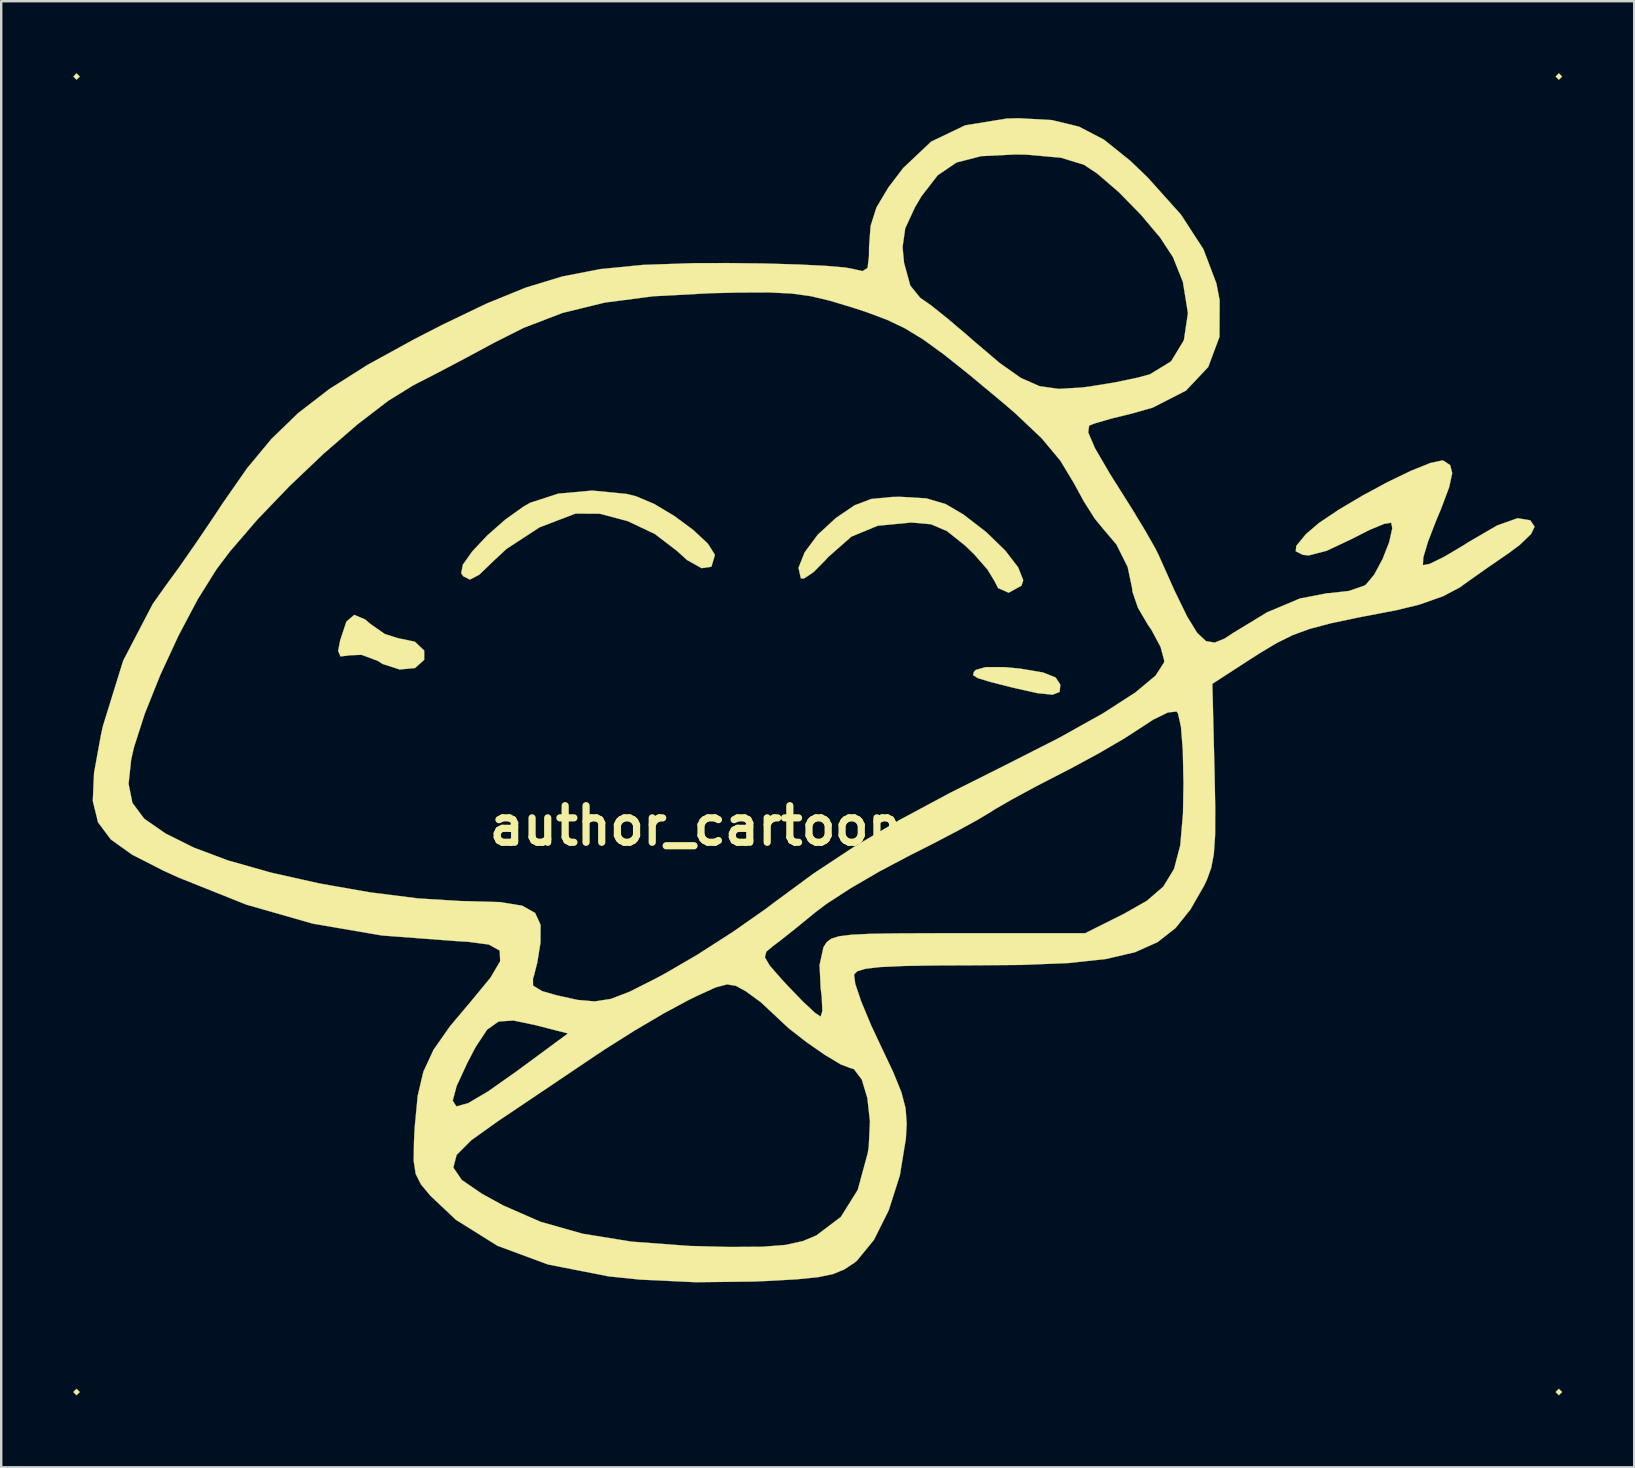
<source format=kicad_pcb>
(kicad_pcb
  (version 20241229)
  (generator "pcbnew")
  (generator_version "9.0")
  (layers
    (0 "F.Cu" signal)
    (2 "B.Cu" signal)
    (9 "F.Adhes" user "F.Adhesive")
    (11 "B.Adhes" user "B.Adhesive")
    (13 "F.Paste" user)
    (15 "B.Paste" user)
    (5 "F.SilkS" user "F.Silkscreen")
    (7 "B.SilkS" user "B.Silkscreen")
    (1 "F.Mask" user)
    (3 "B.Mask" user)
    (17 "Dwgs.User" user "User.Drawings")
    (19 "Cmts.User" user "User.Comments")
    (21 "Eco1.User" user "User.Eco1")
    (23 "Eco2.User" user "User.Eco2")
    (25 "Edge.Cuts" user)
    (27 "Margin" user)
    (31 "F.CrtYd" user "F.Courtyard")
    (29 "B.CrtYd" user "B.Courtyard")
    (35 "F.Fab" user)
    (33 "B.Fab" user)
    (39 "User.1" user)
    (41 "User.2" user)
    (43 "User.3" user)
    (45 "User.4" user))
  (footprint "author_cartoon"
    (layer "F.Cu")
    (at 31.02 27.544)
    (property "Reference" "author_cartoon" (at -5.08 3.81 0) (layer "F.SilkS") (effects (font (size 1.524 1.524) (thickness 0.3))))
    (attr exclude_from_pos_files exclude_from_bom)
    (fp_poly (pts (xy -30.747 -27.405) (xy -30.881 -27.272) (xy -31.015 -27.405) (xy -30.881 -27.539) (xy -30.747 -27.405)) (stroke (width 0.01) (type solid)) (fill yes) (layer "F.SilkS"))
    (fp_poly (pts (xy -30.747 27.405) (xy -30.881 27.539) (xy -31.015 27.405) (xy -30.881 27.272) (xy -30.747 27.405)) (stroke (width 0.01) (type solid)) (fill yes) (layer "F.SilkS"))
    (fp_poly (pts (xy 31.015 -27.405) (xy 30.881 -27.272) (xy 30.747 -27.405) (xy 30.881 -27.539) (xy 31.015 -27.405)) (stroke (width 0.01) (type solid)) (fill yes) (layer "F.SilkS"))
    (fp_poly (pts (xy 31.015 27.405) (xy 30.881 27.539) (xy 30.747 27.405) (xy 30.881 27.272) (xy 31.015 27.405)) (stroke (width 0.01) (type solid)) (fill yes) (layer "F.SilkS"))
    (fp_poly (pts (xy 8.429 -2.737) (xy 9.388 -2.575) (xy 9.914 -2.365) (xy 10.109 -2.071) (xy 10.081 -1.767) (xy 9.789 -1.649) (xy 9.149 -1.714) (xy 8.155 -1.937) (xy 7.199 -2.179) (xy 6.669 -2.341) (xy 6.47 -2.466) (xy 6.509 -2.6) (xy 6.583 -2.68) (xy 6.995 -2.797) (xy 7.794 -2.797) (xy 8.429 -2.737)) (stroke (width 0.01) (type solid)) (fill yes) (layer "F.SilkS"))
    (fp_poly (pts (xy -18.857 -4.786) (xy -18.635 -4.595) (xy -18.036 -4.177) (xy -17.495 -4.006) (xy -16.784 -3.858) (xy -16.396 -3.488) (xy -16.396 -3.102) (xy -16.777 -2.76) (xy -17.418 -2.7) (xy -18.126 -2.928) (xy -18.33 -3.059) (xy -19.004 -3.31) (xy -19.464 -3.294) (xy -19.883 -3.242) (xy -19.981 -3.472) (xy -19.898 -3.911) (xy -19.638 -4.694) (xy -19.311 -4.975) (xy -18.857 -4.786)) (stroke (width 0.01) (type solid)) (fill yes) (layer "F.SilkS"))
    (fp_poly (pts (xy -7.97 -10.015) (xy -7.573 -9.918) (xy -6.817 -9.599) (xy -5.975 -9.096) (xy -5.184 -8.51) (xy -4.578 -7.943) (xy -4.295 -7.498) (xy -4.288 -7.448) (xy -4.429 -6.981) (xy -4.837 -6.921) (xy -5.444 -7.26) (xy -5.872 -7.648) (xy -6.783 -8.344) (xy -7.916 -8.881) (xy -9.075 -9.189) (xy -10.065 -9.196) (xy -10.129 -9.182) (xy -11.593 -8.621) (xy -12.959 -7.729) (xy -13.485 -7.243) (xy -14.099 -6.651) (xy -14.492 -6.445) (xy -14.766 -6.584) (xy -14.854 -6.708) (xy -14.787 -7.062) (xy -14.391 -7.623) (xy -13.769 -8.284) (xy -13.024 -8.94) (xy -12.262 -9.485) (xy -11.975 -9.648) (xy -10.806 -10.027) (xy -9.392 -10.154) (xy -7.97 -10.015)) (stroke (width 0.01) (type solid)) (fill yes) (layer "F.SilkS"))
    (fp_poly (pts (xy 4.523 -9.83) (xy 5.332 -9.591) (xy 6.071 -9.157) (xy 7.032 -8.415) (xy 7.815 -7.653) (xy 8.35 -6.958) (xy 8.563 -6.421) (xy 8.492 -6.193) (xy 7.955 -5.898) (xy 7.516 -6.092) (xy 7.359 -6.396) (xy 7.074 -6.864) (xy 6.523 -7.494) (xy 6.137 -7.867) (xy 5.384 -8.467) (xy 4.719 -8.751) (xy 3.897 -8.823) (xy 3.893 -8.823) (xy 2.495 -8.688) (xy 1.401 -8.234) (xy 0.437 -7.385) (xy 0.35 -7.286) (xy -0.177 -6.753) (xy -0.578 -6.488) (xy -0.702 -6.495) (xy -0.8 -6.937) (xy -0.542 -7.584) (xy 0.003 -8.317) (xy 0.758 -9.012) (xy 1.535 -9.541) (xy 2.23 -9.804) (xy 3.11 -9.889) (xy 3.456 -9.893) (xy 4.523 -9.83)) (stroke (width 0.01) (type solid)) (fill yes) (layer "F.SilkS"))
    (fp_poly (pts (xy 9.756 -25.591) (xy 10.887 -25.317) (xy 11.925 -24.776) (xy 13.019 -23.899) (xy 13.752 -23.195) (xy 15.135 -21.652) (xy 16.071 -20.211) (xy 16.613 -18.782) (xy 16.747 -18.082) (xy 16.74 -16.56) (xy 16.271 -15.303) (xy 15.344 -14.319) (xy 13.966 -13.614) (xy 13.101 -13.367) (xy 12.232 -13.153) (xy 11.558 -12.958) (xy 11.309 -12.863) (xy 11.271 -12.577) (xy 11.554 -11.917) (xy 12.166 -10.866) (xy 12.445 -10.424) (xy 13.101 -9.383) (xy 13.67 -8.442) (xy 14.071 -7.735) (xy 14.196 -7.486) (xy 14.871 -5.976) (xy 15.392 -4.907) (xy 15.81 -4.226) (xy 16.176 -3.882) (xy 16.54 -3.82) (xy 16.952 -3.987) (xy 17.303 -4.218) (xy 18.724 -5.082) (xy 20.084 -5.655) (xy 21.247 -5.881) (xy 21.328 -5.882) (xy 22.135 -5.972) (xy 22.774 -6.193) (xy 22.84 -6.236) (xy 23.186 -6.65) (xy 23.536 -7.303) (xy 23.812 -8.008) (xy 23.94 -8.582) (xy 23.895 -8.813) (xy 23.605 -8.769) (xy 22.989 -8.514) (xy 22.232 -8.129) (xy 21.204 -7.645) (xy 20.459 -7.452) (xy 20.217 -7.476) (xy 19.917 -7.625) (xy 19.941 -7.851) (xy 20.312 -8.304) (xy 20.355 -8.351) (xy 20.883 -8.802) (xy 21.704 -9.354) (xy 22.698 -9.944) (xy 23.746 -10.508) (xy 24.729 -10.983) (xy 25.527 -11.304) (xy 26.021 -11.409) (xy 26.073 -11.398) (xy 26.354 -11.212) (xy 26.437 -10.878) (xy 26.311 -10.297) (xy 25.964 -9.373) (xy 25.76 -8.887) (xy 25.427 -8.024) (xy 25.231 -7.364) (xy 25.216 -7.047) (xy 25.217 -7.046) (xy 25.503 -7.101) (xy 26.11 -7.4) (xy 26.92 -7.881) (xy 27.116 -8.007) (xy 28.309 -8.701) (xy 29.161 -9.003) (xy 29.689 -8.916) (xy 29.869 -8.65) (xy 29.723 -8.344) (xy 29.239 -7.88) (xy 28.771 -7.534) (xy 27.9 -6.935) (xy 27.063 -6.345) (xy 26.753 -6.119) (xy 26.054 -5.751) (xy 25.056 -5.4) (xy 24.13 -5.174) (xy 22.554 -4.872) (xy 21.384 -4.626) (xy 20.5 -4.392) (xy 19.781 -4.129) (xy 19.109 -3.794) (xy 18.363 -3.345) (xy 17.646 -2.883) (xy 16.443 -2.102) (xy 16.535 1.585) (xy 16.564 3.107) (xy 16.558 4.205) (xy 16.505 4.989) (xy 16.395 5.57) (xy 16.218 6.057) (xy 16.094 6.316) (xy 15.528 7.301) (xy 14.908 8.074) (xy 14.163 8.659) (xy 13.221 9.08) (xy 12.014 9.362) (xy 10.469 9.53) (xy 8.518 9.61) (xy 6.665 9.625) (xy 4.86 9.632) (xy 3.522 9.655) (xy 2.585 9.7) (xy 1.982 9.771) (xy 1.647 9.875) (xy 1.514 10.009) (xy 1.564 10.398) (xy 1.816 11.143) (xy 2.225 12.123) (xy 2.581 12.884) (xy 3.138 14.059) (xy 3.485 14.909) (xy 3.661 15.58) (xy 3.707 16.217) (xy 3.674 16.844) (xy 3.423 18.378) (xy 2.959 19.834) (xy 2.342 21.068) (xy 1.633 21.934) (xy 1.518 22.027) (xy 1.104 22.299) (xy 0.642 22.489) (xy 0.02 22.619) (xy -0.876 22.709) (xy -2.158 22.78) (xy -2.674 22.802) (xy -5.082 22.83) (xy -7.404 22.721) (xy -8.72 22.585) (xy -11.24 22.09) (xy -13.342 21.312) (xy -15.072 20.231) (xy -16.141 19.223) (xy -16.53 18.754) (xy -16.749 18.324) (xy -16.791 18.053) (xy -15.182 18.053) (xy -14.833 18.566) (xy -13.994 19.143) (xy -13.105 19.631) (xy -11.55 20.312) (xy -9.797 20.809) (xy -7.756 21.139) (xy -5.339 21.319) (xy -3.666 21.361) (xy -2.307 21.352) (xy -1.338 21.276) (xy -0.617 21.116) (xy -0.056 20.88) (xy 0.964 20.11) (xy 1.668 18.983) (xy 2.086 17.446) (xy 2.127 17.172) (xy 2.177 16.13) (xy 2.069 15.156) (xy 1.836 14.385) (xy 1.51 13.952) (xy 1.347 13.903) (xy 0.946 13.748) (xy 0.289 13.352) (xy -0.476 12.82) (xy -1.197 12.258) (xy -1.724 11.77) (xy -1.742 11.749) (xy -2.381 11.155) (xy -3.001 10.704) (xy -3.409 10.481) (xy -3.775 10.42) (xy -4.251 10.545) (xy -4.988 10.88) (xy -5.407 11.086) (xy -6.42 11.632) (xy -7.65 12.357) (xy -8.879 13.133) (xy -9.249 13.379) (xy -10.49 14.215) (xy -11.851 15.131) (xy -13.082 15.958) (xy -13.342 16.132) (xy -14.431 16.912) (xy -15.046 17.527) (xy -15.182 18.053) (xy -16.791 18.053) (xy -16.834 17.77) (xy -16.82 16.929) (xy -16.788 16.336) (xy -16.686 15.267) (xy -15.207 15.267) (xy -15.055 15.504) (xy -14.569 15.372) (xy -13.728 14.876) (xy -12.512 14.018) (xy -12.469 13.986) (xy -10.406 12.465) (xy -11.789 12.111) (xy -12.679 11.926) (xy -13.297 11.967) (xy -13.777 12.309) (xy -14.25 13.025) (xy -14.592 13.677) (xy -15.046 14.659) (xy -15.207 15.267) (xy -16.686 15.267) (xy -16.668 15.071) (xy -16.431 14.06) (xy -16.007 13.146) (xy -15.323 12.17) (xy -14.45 11.132) (xy -13.635 10.143) (xy -13.231 9.456) (xy -13.249 9.013) (xy -13.7 8.761) (xy -14.596 8.642) (xy -14.975 8.623) (xy -18.159 8.383) (xy -21.038 7.89) (xy -23.804 7.099) (xy -26.643 5.964) (xy -27.283 5.671) (xy -28.567 5.015) (xy -29.453 4.381) (xy -29.985 3.669) (xy -30.204 2.777) (xy -30.172 2.067) (xy -28.713 2.067) (xy -28.553 2.859) (xy -28.062 3.517) (xy -27.175 4.133) (xy -25.991 4.723) (xy -24.578 5.254) (xy -22.784 5.762) (xy -20.762 6.215) (xy -18.665 6.584) (xy -16.647 6.839) (xy -14.86 6.949) (xy -14.605 6.952) (xy -13.23 6.992) (xy -12.311 7.142) (xy -11.775 7.444) (xy -11.546 7.94) (xy -11.551 8.675) (xy -11.555 8.71) (xy -11.681 9.498) (xy -11.834 10.1) (xy -11.863 10.174) (xy -11.861 10.47) (xy -11.482 10.702) (xy -10.904 10.869) (xy -10.002 11.068) (xy -9.29 11.13) (xy -8.619 11.026) (xy -7.837 10.726) (xy -6.795 10.2) (xy -6.339 9.956) (xy -5.194 9.289) (xy -2.202 9.289) (xy -2 9.637) (xy -1.491 10.219) (xy -1.236 10.494) (xy -0.605 11.147) (xy -0.113 11.605) (xy 0.121 11.764) (xy 0.193 11.529) (xy 0.168 10.935) (xy 0.124 10.592) (xy 0.078 9.61) (xy 0.237 8.882) (xy 0.251 8.854) (xy 0.376 8.661) (xy 0.562 8.518) (xy 0.884 8.417) (xy 1.416 8.351) (xy 2.229 8.312) (xy 3.399 8.294) (xy 4.997 8.289) (xy 5.849 8.288) (xy 11.144 8.288) (xy 12.739 7.491) (xy 13.711 6.941) (xy 14.398 6.349) (xy 14.847 5.613) (xy 15.105 4.629) (xy 15.22 3.295) (xy 15.24 2.012) (xy 15.212 0.666) (xy 15.134 -0.317) (xy 15.012 -0.866) (xy 14.951 -0.949) (xy 14.587 -0.908) (xy 13.971 -0.606) (xy 13.539 -0.323) (xy 12.778 0.17) (xy 11.723 0.786) (xy 10.56 1.416) (xy 10.153 1.625) (xy 9.071 2.184) (xy 8.097 2.712) (xy 7.383 3.123) (xy 7.189 3.248) (xy 6.664 3.563) (xy 5.792 4.04) (xy 4.704 4.608) (xy 3.811 5.059) (xy 2.568 5.716) (xy 1.365 6.417) (xy 0.372 7.062) (xy -0.087 7.407) (xy -0.855 8.036) (xy -1.538 8.579) (xy -1.86 8.823) (xy -2.141 9.057) (xy -2.202 9.289) (xy -5.194 9.289) (xy -5.012 9.183) (xy -3.536 8.235) (xy -2.171 7.279) (xy -1.794 6.995) (xy -0.175 5.803) (xy 1.51 4.691) (xy 3.373 3.591) (xy 5.527 2.435) (xy 7.754 1.319) (xy 10.06 0.148) (xy 11.887 -0.872) (xy 13.229 -1.738) (xy 14.078 -2.445) (xy 14.428 -2.988) (xy 14.438 -3.074) (xy 14.284 -3.643) (xy 13.901 -4.357) (xy 13.769 -4.545) (xy 13.342 -5.272) (xy 13.113 -5.946) (xy 13.101 -6.081) (xy 12.914 -6.972) (xy 12.447 -7.908) (xy 11.894 -8.559) (xy 11.543 -8.986) (xy 11.078 -9.722) (xy 10.687 -10.442) (xy 10.113 -11.396) (xy 9.334 -12.33) (xy 8.241 -13.365) (xy 7.733 -13.801) (xy 6.348 -14.955) (xy 5.267 -15.818) (xy 4.395 -16.451) (xy 3.633 -16.915) (xy 2.886 -17.271) (xy 2.055 -17.582) (xy 1.434 -17.786) (xy 0.502 -18.067) (xy -0.294 -18.255) (xy -1.095 -18.365) (xy -2.045 -18.41) (xy -3.284 -18.405) (xy -4.449 -18.378) (xy -6.852 -18.25) (xy -8.865 -17.988) (xy -10.62 -17.56) (xy -12.25 -16.936) (xy -13.502 -16.305) (xy -14.638 -15.692) (xy -15.929 -15.013) (xy -16.844 -14.545) (xy -17.9 -13.891) (xy -19.18 -12.91) (xy -20.58 -11.697) (xy -21.998 -10.35) (xy -23.33 -8.965) (xy -24.474 -7.637) (xy -25.049 -6.877) (xy -25.83 -5.629) (xy -26.637 -4.103) (xy -27.397 -2.459) (xy -28.037 -0.861) (xy -28.484 0.529) (xy -28.605 1.051) (xy -28.713 2.067) (xy -30.172 2.067) (xy -30.151 1.605) (xy -29.869 0.052) (xy -29.781 -0.348) (xy -28.937 -3.069) (xy -27.707 -5.427) (xy -27.165 -6.193) (xy -26.611 -6.952) (xy -25.89 -7.988) (xy -25.121 -9.125) (xy -24.784 -9.636) (xy -23.776 -11.082) (xy -22.759 -12.308) (xy -21.645 -13.385) (xy -20.343 -14.387) (xy -18.764 -15.387) (xy -16.818 -16.456) (xy -15.627 -17.067) (xy -13.795 -17.946) (xy -12.178 -18.606) (xy -10.64 -19.075) (xy -9.049 -19.383) (xy -7.272 -19.558) (xy -5.174 -19.629) (xy -3.743 -19.633) (xy -2.205 -19.615) (xy -0.807 -19.574) (xy 0.343 -19.517) (xy 1.136 -19.449) (xy 1.404 -19.402) (xy 1.867 -19.298) (xy 2.078 -19.43) (xy 2.136 -19.919) (xy 2.139 -20.296) (xy 3.535 -20.296) (xy 3.598 -19.638) (xy 3.858 -18.695) (xy 4.271 -18.185) (xy 4.278 -18.181) (xy 4.707 -17.883) (xy 5.4 -17.33) (xy 6.229 -16.627) (xy 6.467 -16.417) (xy 7.587 -15.465) (xy 8.468 -14.845) (xy 9.244 -14.504) (xy 10.047 -14.39) (xy 11.011 -14.449) (xy 11.308 -14.487) (xy 12.36 -14.657) (xy 13.332 -14.86) (xy 13.841 -14.998) (xy 14.723 -15.538) (xy 15.256 -16.415) (xy 15.426 -17.547) (xy 15.215 -18.85) (xy 14.803 -19.88) (xy 14.27 -20.694) (xy 13.465 -21.65) (xy 12.54 -22.593) (xy 11.647 -23.363) (xy 11.096 -23.729) (xy 10.135 -24.023) (xy 8.675 -24.152) (xy 8.218 -24.158) (xy 6.808 -24.088) (xy 5.781 -23.823) (xy 4.998 -23.29) (xy 4.322 -22.416) (xy 4.049 -21.953) (xy 3.646 -21.08) (xy 3.535 -20.296) (xy 2.139 -20.296) (xy 2.139 -20.306) (xy 2.204 -21.182) (xy 2.447 -21.949) (xy 2.943 -22.78) (xy 3.561 -23.592) (xy 4.727 -24.694) (xy 6.146 -25.373) (xy 7.881 -25.655) (xy 8.381 -25.667) (xy 9.756 -25.591)) (stroke (width 0.01) (type solid)) (fill yes) (layer "F.SilkS")))
  (gr_rect
    (start -3 -3)
    (end 65.039 58.088)
    (stroke (width 0.1) (type default))
    (fill no)
    (layer "Edge.Cuts")))
</source>
